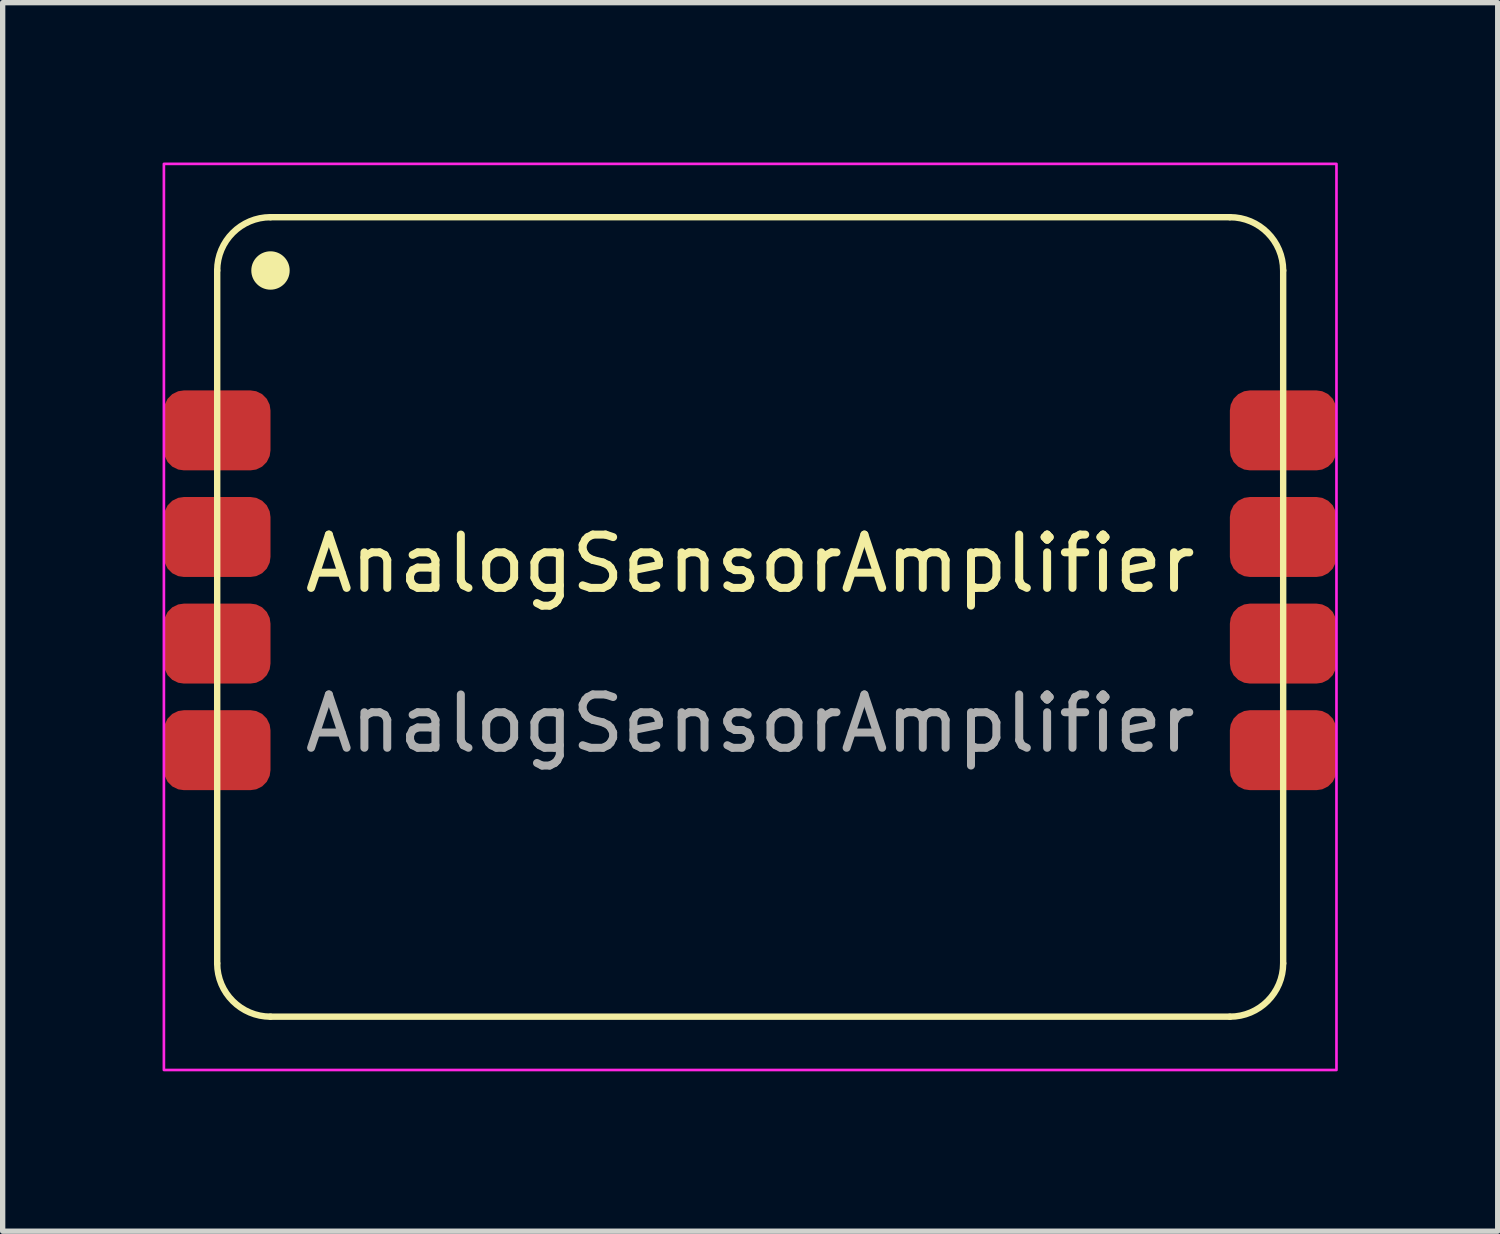
<source format=kicad_pcb>
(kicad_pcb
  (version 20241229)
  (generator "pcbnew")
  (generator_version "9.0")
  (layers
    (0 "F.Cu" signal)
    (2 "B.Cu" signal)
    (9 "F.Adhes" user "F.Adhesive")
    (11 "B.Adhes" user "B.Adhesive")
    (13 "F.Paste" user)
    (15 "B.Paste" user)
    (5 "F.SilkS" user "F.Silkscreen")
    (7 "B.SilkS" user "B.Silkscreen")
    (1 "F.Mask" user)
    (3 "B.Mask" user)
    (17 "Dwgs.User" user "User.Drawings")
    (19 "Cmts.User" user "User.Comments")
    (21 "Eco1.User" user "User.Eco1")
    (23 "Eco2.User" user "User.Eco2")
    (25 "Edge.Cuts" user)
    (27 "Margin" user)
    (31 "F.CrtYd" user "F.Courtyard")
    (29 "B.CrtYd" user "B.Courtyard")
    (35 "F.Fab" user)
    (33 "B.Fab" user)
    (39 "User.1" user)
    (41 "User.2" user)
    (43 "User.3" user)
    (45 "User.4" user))
  (footprint "AnalogSensorAmplifier"
    (layer "F.Cu")
    (at 11.025 8.025)
    (property "Reference" "AnalogSensorAmplifier" (at 0 -0.5 0) (unlocked yes) (layer "F.SilkS") (effects (font (size 1 1) (thickness 0.15))))
    (attr smd)
    (fp_line (start -10 -6) (end -10 7) (stroke (width 0.12) (type default)) (layer "F.SilkS"))
    (fp_line (start -9 8) (end 9 8) (stroke (width 0.12) (type default)) (layer "F.SilkS"))
    (fp_line (start 9 -7) (end -9 -7) (stroke (width 0.12) (type default)) (layer "F.SilkS"))
    (fp_line (start 10 7) (end 10 -6) (stroke (width 0.12) (type default)) (layer "F.SilkS"))
    (fp_arc (start -10 -6) (mid -9.707107 -6.707107) (end -9 -7) (stroke (width 0.12) (type default)) (layer "F.SilkS"))
    (fp_arc (start -9 8) (mid -9.707107 7.707107) (end -10 7) (stroke (width 0.12) (type default)) (layer "F.SilkS"))
    (fp_arc (start 9 -7) (mid 9.707107 -6.707107) (end 10 -6) (stroke (width 0.12) (type default)) (layer "F.SilkS"))
    (fp_arc (start 10 7) (mid 9.707107 7.707107) (end 9 8) (stroke (width 0.12) (type default)) (layer "F.SilkS"))
    (fp_circle (center -9 -6) (end -8.7 -6) (stroke (width 0.12) (type solid)) (fill yes) (layer "F.SilkS"))
    (fp_rect (start -11 -8) (end 11 9) (stroke (width 0.05) (type default)) (fill no) (layer "F.CrtYd"))
    (fp_text user "${REFERENCE}" (at 0 2.5 0) (unlocked yes) (layer "F.Fab") (effects (font (size 1 1) (thickness 0.15))))
    (pad "1" smd roundrect (at -10 -3) (size 2 1.5) (layers "F.Cu" "F.Mask" "F.Paste") (roundrect_rratio 0.25))
    (pad "2" smd roundrect (at -10 -1) (size 2 1.5) (layers "F.Cu" "F.Mask" "F.Paste") (roundrect_rratio 0.25))
    (pad "3" smd roundrect (at -10 1) (size 2 1.5) (layers "F.Cu" "F.Mask" "F.Paste") (roundrect_rratio 0.25))
    (pad "4" smd roundrect (at -10 3) (size 2 1.5) (layers "F.Cu" "F.Mask" "F.Paste") (roundrect_rratio 0.25))
    (pad "5" smd roundrect (at 10 3) (size 2 1.5) (layers "F.Cu" "F.Mask" "F.Paste") (roundrect_rratio 0.25))
    (pad "6" smd roundrect (at 10 1) (size 2 1.5) (layers "F.Cu" "F.Mask" "F.Paste") (roundrect_rratio 0.25))
    (pad "7" smd roundrect (at 10 -1) (size 2 1.5) (layers "F.Cu" "F.Mask" "F.Paste") (roundrect_rratio 0.25))
    (pad "8" smd roundrect (at 10 -3) (size 2 1.5) (layers "F.Cu" "F.Mask" "F.Paste") (roundrect_rratio 0.25)))
  (gr_rect
    (start -3 -3)
    (end 25.05 20.05)
    (stroke (width 0.1) (type default))
    (fill no)
    (layer "Edge.Cuts")))
</source>
